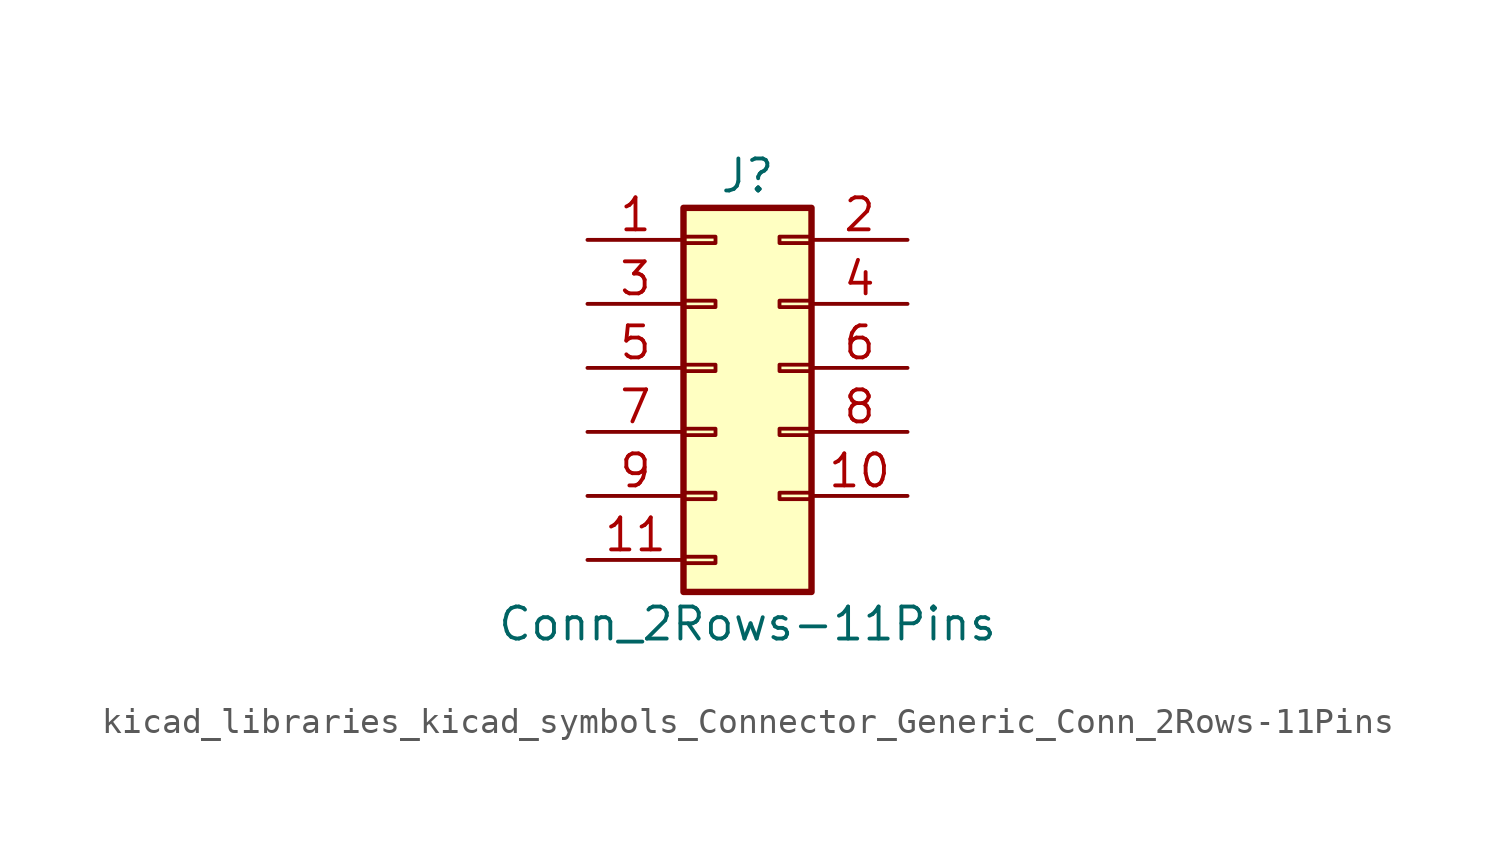
<source format=kicad_sym>
(kicad_symbol_lib
  (version 20220914)
  (generator kicad_symbol_editor)
  (symbol "kicad_libraries_kicad_symbols_Connector_Generic_Conn_2Rows-11Pins"
    (pin_names
      (offset 1.016) hide)
    (property "Reference" "J"
      (at 1.27 7.62 0)
      (effects (font (size 1.27 1.27))))
    (property "Value" "Conn_2Rows-11Pins"
      (at 1.27 -10.16 0)
      (effects (font (size 1.27 1.27))))
    (symbol "kicad_libraries_kicad_symbols_Connector_Generic_Conn_2Rows-11Pins_1_1"
      (rectangle (start -1.27 -7.493) (end 0 -7.747) (stroke (width 0.152) (type default)) (fill (type none)))
      (rectangle (start -1.27 -4.953) (end 0 -5.207) (stroke (width 0.152) (type default)) (fill (type none)))
      (rectangle (start -1.27 -2.413) (end 0 -2.667) (stroke (width 0.152) (type default)) (fill (type none)))
      (rectangle (start -1.27 0.127) (end 0 -0.127) (stroke (width 0.152) (type default)) (fill (type none)))
      (rectangle (start -1.27 2.667) (end 0 2.413) (stroke (width 0.152) (type default)) (fill (type none)))
      (rectangle (start -1.27 5.207) (end 0 4.953) (stroke (width 0.152) (type default)) (fill (type none)))
      (rectangle (start -1.27 6.35) (end 3.81 -8.89) (stroke (width 0.254) (type default)) (fill (type background)))
      (rectangle (start 3.81 -4.953) (end 2.54 -5.207) (stroke (width 0.152) (type default)) (fill (type none)))
      (rectangle (start 3.81 -2.413) (end 2.54 -2.667) (stroke (width 0.152) (type default)) (fill (type none)))
      (rectangle (start 3.81 0.127) (end 2.54 -0.127) (stroke (width 0.152) (type default)) (fill (type none)))
      (rectangle (start 3.81 2.667) (end 2.54 2.413) (stroke (width 0.152) (type default)) (fill (type none)))
      (rectangle (start 3.81 5.207) (end 2.54 4.953) (stroke (width 0.152) (type default)) (fill (type none)))
      (pin passive line (at -5.08 5.08 0) (length 3.81) (name "Pin_1" (effects (font (size 1.27 1.27)))) (number "1" (effects (font (size 1.27 1.27)))))
      (pin passive line (at 7.62 -5.08 180) (length 3.81) (name "Pin_10" (effects (font (size 1.27 1.27)))) (number "10" (effects (font (size 1.27 1.27)))))
      (pin passive line (at -5.08 -7.62 0) (length 3.81) (name "Pin_11" (effects (font (size 1.27 1.27)))) (number "11" (effects (font (size 1.27 1.27)))))
      (pin passive line (at 7.62 5.08 180) (length 3.81) (name "Pin_2" (effects (font (size 1.27 1.27)))) (number "2" (effects (font (size 1.27 1.27)))))
      (pin passive line (at -5.08 2.54 0) (length 3.81) (name "Pin_3" (effects (font (size 1.27 1.27)))) (number "3" (effects (font (size 1.27 1.27)))))
      (pin passive line (at 7.62 2.54 180) (length 3.81) (name "Pin_4" (effects (font (size 1.27 1.27)))) (number "4" (effects (font (size 1.27 1.27)))))
      (pin passive line (at -5.08 0 0) (length 3.81) (name "Pin_5" (effects (font (size 1.27 1.27)))) (number "5" (effects (font (size 1.27 1.27)))))
      (pin passive line (at 7.62 0 180) (length 3.81) (name "Pin_6" (effects (font (size 1.27 1.27)))) (number "6" (effects (font (size 1.27 1.27)))))
      (pin passive line (at -5.08 -2.54 0) (length 3.81) (name "Pin_7" (effects (font (size 1.27 1.27)))) (number "7" (effects (font (size 1.27 1.27)))))
      (pin passive line (at 7.62 -2.54 180) (length 3.81) (name "Pin_8" (effects (font (size 1.27 1.27)))) (number "8" (effects (font (size 1.27 1.27)))))
      (pin passive line (at -5.08 -5.08 0) (length 3.81) (name "Pin_9" (effects (font (size 1.27 1.27)))) (number "9" (effects (font (size 1.27 1.27))))))))
</source>
